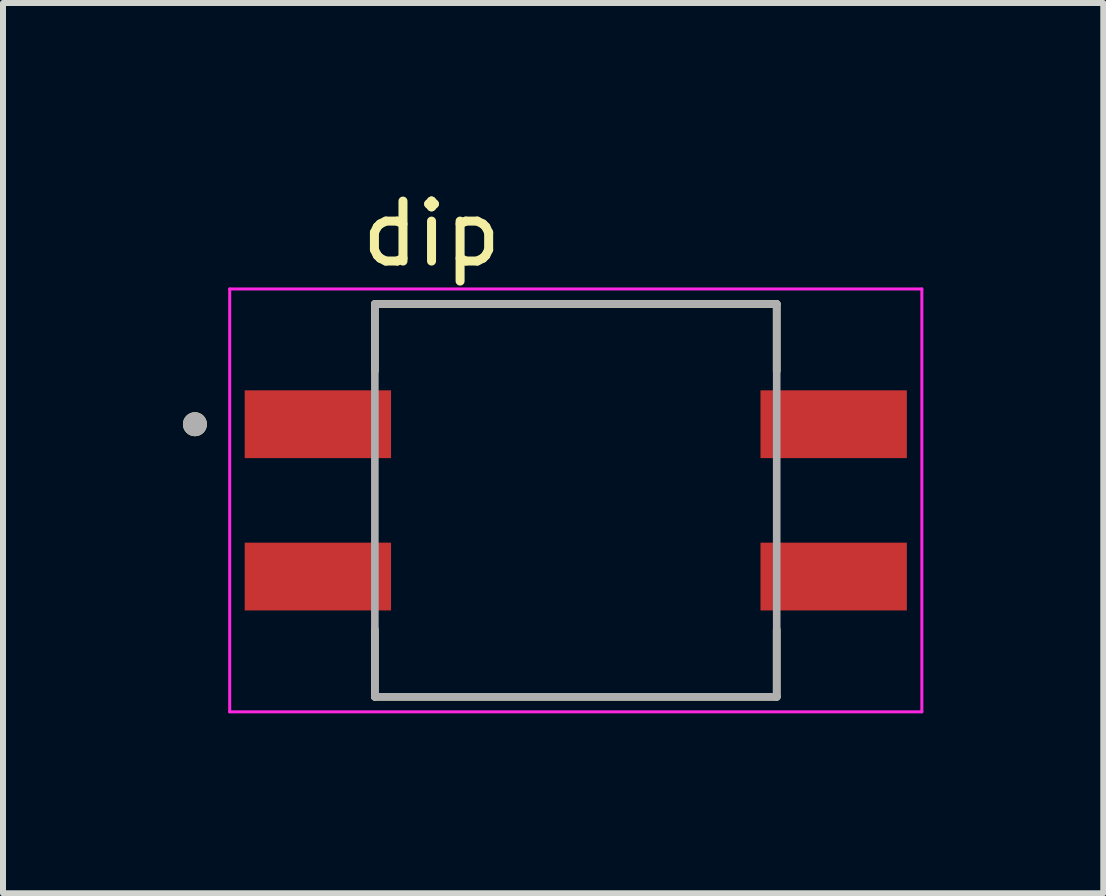
<source format=kicad_pcb>
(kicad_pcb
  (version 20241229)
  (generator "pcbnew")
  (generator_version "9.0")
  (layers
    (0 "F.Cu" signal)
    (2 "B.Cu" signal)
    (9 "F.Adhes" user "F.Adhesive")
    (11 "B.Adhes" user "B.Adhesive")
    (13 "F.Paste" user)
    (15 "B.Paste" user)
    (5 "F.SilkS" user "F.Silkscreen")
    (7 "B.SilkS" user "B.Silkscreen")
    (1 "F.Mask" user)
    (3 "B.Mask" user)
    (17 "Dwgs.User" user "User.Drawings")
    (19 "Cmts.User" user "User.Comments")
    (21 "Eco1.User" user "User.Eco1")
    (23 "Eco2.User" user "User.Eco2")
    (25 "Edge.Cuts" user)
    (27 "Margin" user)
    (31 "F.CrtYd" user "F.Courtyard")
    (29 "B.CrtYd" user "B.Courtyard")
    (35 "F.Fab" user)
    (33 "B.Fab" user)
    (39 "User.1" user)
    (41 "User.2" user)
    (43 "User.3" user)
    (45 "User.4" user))
  (footprint "dip"
    (layer "F.Cu")
    (at 6.55 5.293)
    (property "Reference" "dip" (at -2.405 -4.445 0) (layer "F.SilkS") (effects (font (size 1 1) (thickness 0.15))))
    (attr smd)
    (fp_line (start -3.35 -3.275) (end -3.35 -2.155) (stroke (width 0.127) (type solid)) (layer "F.SilkS"))
    (fp_line (start -3.35 2.155) (end -3.35 3.275) (stroke (width 0.127) (type solid)) (layer "F.SilkS"))
    (fp_line (start -3.35 3.275) (end 3.35 3.275) (stroke (width 0.127) (type solid)) (layer "F.SilkS"))
    (fp_line (start 3.35 -3.275) (end -3.35 -3.275) (stroke (width 0.127) (type solid)) (layer "F.SilkS"))
    (fp_line (start 3.35 -3.275) (end 3.35 -2.155) (stroke (width 0.127) (type solid)) (layer "F.SilkS"))
    (fp_line (start 3.35 2.155) (end 3.35 3.275) (stroke (width 0.127) (type solid)) (layer "F.SilkS"))
    (fp_circle (center -6.35 -1.27) (end -6.25 -1.27) (stroke (width 0.2) (type solid)) (fill no) (layer "F.SilkS"))
    (fp_line (start -5.77 -3.525) (end 5.77 -3.525) (stroke (width 0.05) (type solid)) (layer "F.CrtYd"))
    (fp_line (start -5.77 3.525) (end -5.77 -3.525) (stroke (width 0.05) (type solid)) (layer "F.CrtYd"))
    (fp_line (start 5.77 -3.525) (end 5.77 3.525) (stroke (width 0.05) (type solid)) (layer "F.CrtYd"))
    (fp_line (start 5.77 3.525) (end -5.77 3.525) (stroke (width 0.05) (type solid)) (layer "F.CrtYd"))
    (fp_line (start -3.35 -3.275) (end -3.35 3.275) (stroke (width 0.127) (type solid)) (layer "F.Fab"))
    (fp_line (start -3.35 3.275) (end 3.35 3.275) (stroke (width 0.127) (type solid)) (layer "F.Fab"))
    (fp_line (start 3.35 -3.275) (end -3.35 -3.275) (stroke (width 0.127) (type solid)) (layer "F.Fab"))
    (fp_line (start 3.35 3.275) (end 3.35 -3.275) (stroke (width 0.127) (type solid)) (layer "F.Fab"))
    (fp_circle (center -6.35 -1.27) (end -6.25 -1.27) (stroke (width 0.2) (type solid)) (fill no) (layer "F.Fab"))
    (pad "1A" smd rect (at -4.3 -1.27) (size 2.44 1.13) (layers "F.Cu" "F.Mask" "F.Paste"))
    (pad "1B" smd rect (at 4.3 -1.27) (size 2.44 1.13) (layers "F.Cu" "F.Mask" "F.Paste"))
    (pad "2A" smd rect (at -4.3 1.27) (size 2.44 1.13) (layers "F.Cu" "F.Mask" "F.Paste"))
    (pad "2B" smd rect (at 4.3 1.27) (size 2.44 1.13) (layers "F.Cu" "F.Mask" "F.Paste")))
  (gr_rect
    (start -3 -3)
    (end 15.345 11.843)
    (stroke (width 0.1) (type default))
    (fill no)
    (layer "Edge.Cuts")))
</source>
